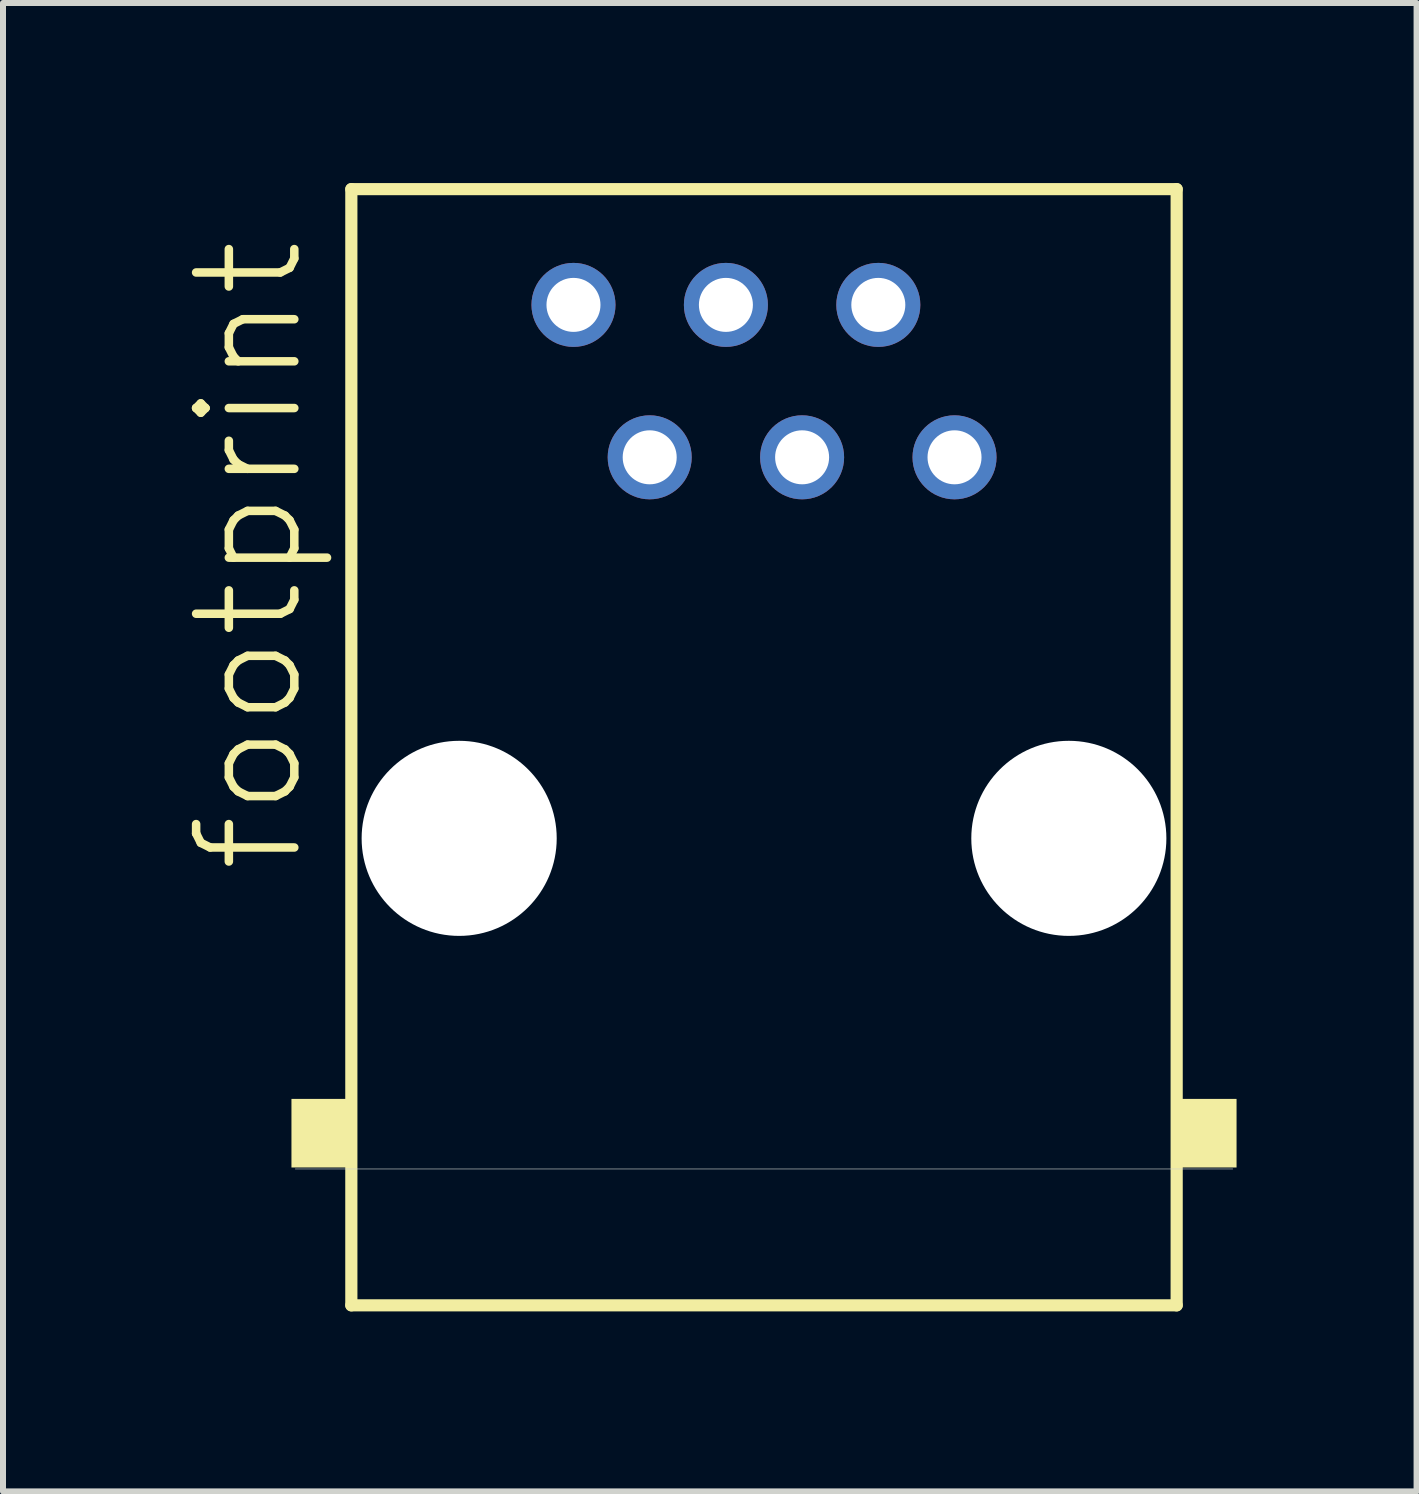
<source format=kicad_pcb>
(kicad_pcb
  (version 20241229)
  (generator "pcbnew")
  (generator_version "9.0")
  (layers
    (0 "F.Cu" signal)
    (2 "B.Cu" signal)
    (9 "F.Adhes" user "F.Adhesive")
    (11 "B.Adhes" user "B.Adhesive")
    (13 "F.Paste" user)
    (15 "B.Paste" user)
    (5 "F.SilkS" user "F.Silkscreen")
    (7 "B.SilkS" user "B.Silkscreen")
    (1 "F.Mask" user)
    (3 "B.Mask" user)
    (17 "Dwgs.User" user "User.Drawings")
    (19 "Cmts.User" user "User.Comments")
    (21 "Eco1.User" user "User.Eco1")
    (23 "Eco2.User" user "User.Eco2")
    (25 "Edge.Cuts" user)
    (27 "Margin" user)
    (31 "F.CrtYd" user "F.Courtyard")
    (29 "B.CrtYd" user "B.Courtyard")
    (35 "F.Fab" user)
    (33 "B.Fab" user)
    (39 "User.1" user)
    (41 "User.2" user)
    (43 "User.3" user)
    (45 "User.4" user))
  (footprint "footprint"
    (layer "F.Cu")
    (at 9.682 10.921)
    (property "Reference" "footprint" (at -7.62 0.635 90) (layer "F.SilkS") (effects (font (size 1.636 1.636) (thickness 0.142)) (justify left bottom)))
    (fp_line (start -6.877 -10.819) (end 6.877 -10.819) (stroke (width 0.203) (type solid)) (layer "F.SilkS"))
    (fp_line (start -6.877 7.782) (end -6.877 -10.819) (stroke (width 0.203) (type solid)) (layer "F.SilkS"))
    (fp_line (start 6.877 -10.819) (end 6.877 7.782) (stroke (width 0.203) (type solid)) (layer "F.SilkS"))
    (fp_line (start 6.877 7.782) (end -6.877 7.782) (stroke (width 0.203) (type solid)) (layer "F.SilkS"))
    (fp_poly (pts (xy -7.875 5.485) (xy -6.95 5.485) (xy -6.95 4.342) (xy -7.875 4.342)) (stroke (width 0) (type solid)) (fill yes) (layer "F.SilkS"))
    (fp_poly (pts (xy 6.95 5.485) (xy 7.875 5.485) (xy 7.875 4.342) (xy 6.95 4.342)) (stroke (width 0) (type solid)) (fill yes) (layer "F.SilkS"))
    (fp_line (start 7.811 5.51) (end -7.811 5.51) (stroke (width 0.01) (type solid)) (layer "Edge.Cuts"))
    (pad "" np_thru_hole circle (at -5.08 0) (size 3.251 3.251) (drill 3.251) (layers "*.Cu" "*.Mask"))
    (pad "" np_thru_hole circle (at 5.08 0) (size 3.251 3.251) (drill 3.251) (layers "*.Cu" "*.Mask"))
    (pad "1" thru_hole circle (at -3.175 -8.89) (size 1.4 1.4) (drill 0.9) (layers "*.Cu" "*.Mask"))
    (pad "2" thru_hole circle (at -1.905 -6.35) (size 1.4 1.4) (drill 0.9) (layers "*.Cu" "*.Mask"))
    (pad "3" thru_hole circle (at -0.635 -8.89) (size 1.4 1.4) (drill 0.9) (layers "*.Cu" "*.Mask"))
    (pad "4" thru_hole circle (at 0.635 -6.35) (size 1.4 1.4) (drill 0.9) (layers "*.Cu" "*.Mask"))
    (pad "5" thru_hole circle (at 1.905 -8.89) (size 1.4 1.4) (drill 0.9) (layers "*.Cu" "*.Mask"))
    (pad "6" thru_hole circle (at 3.175 -6.35) (size 1.4 1.4) (drill 0.9) (layers "*.Cu" "*.Mask")))
  (gr_rect
    (start -3 -3)
    (end 20.557 21.804)
    (stroke (width 0.1) (type default))
    (fill no)
    (layer "Edge.Cuts")))
</source>
